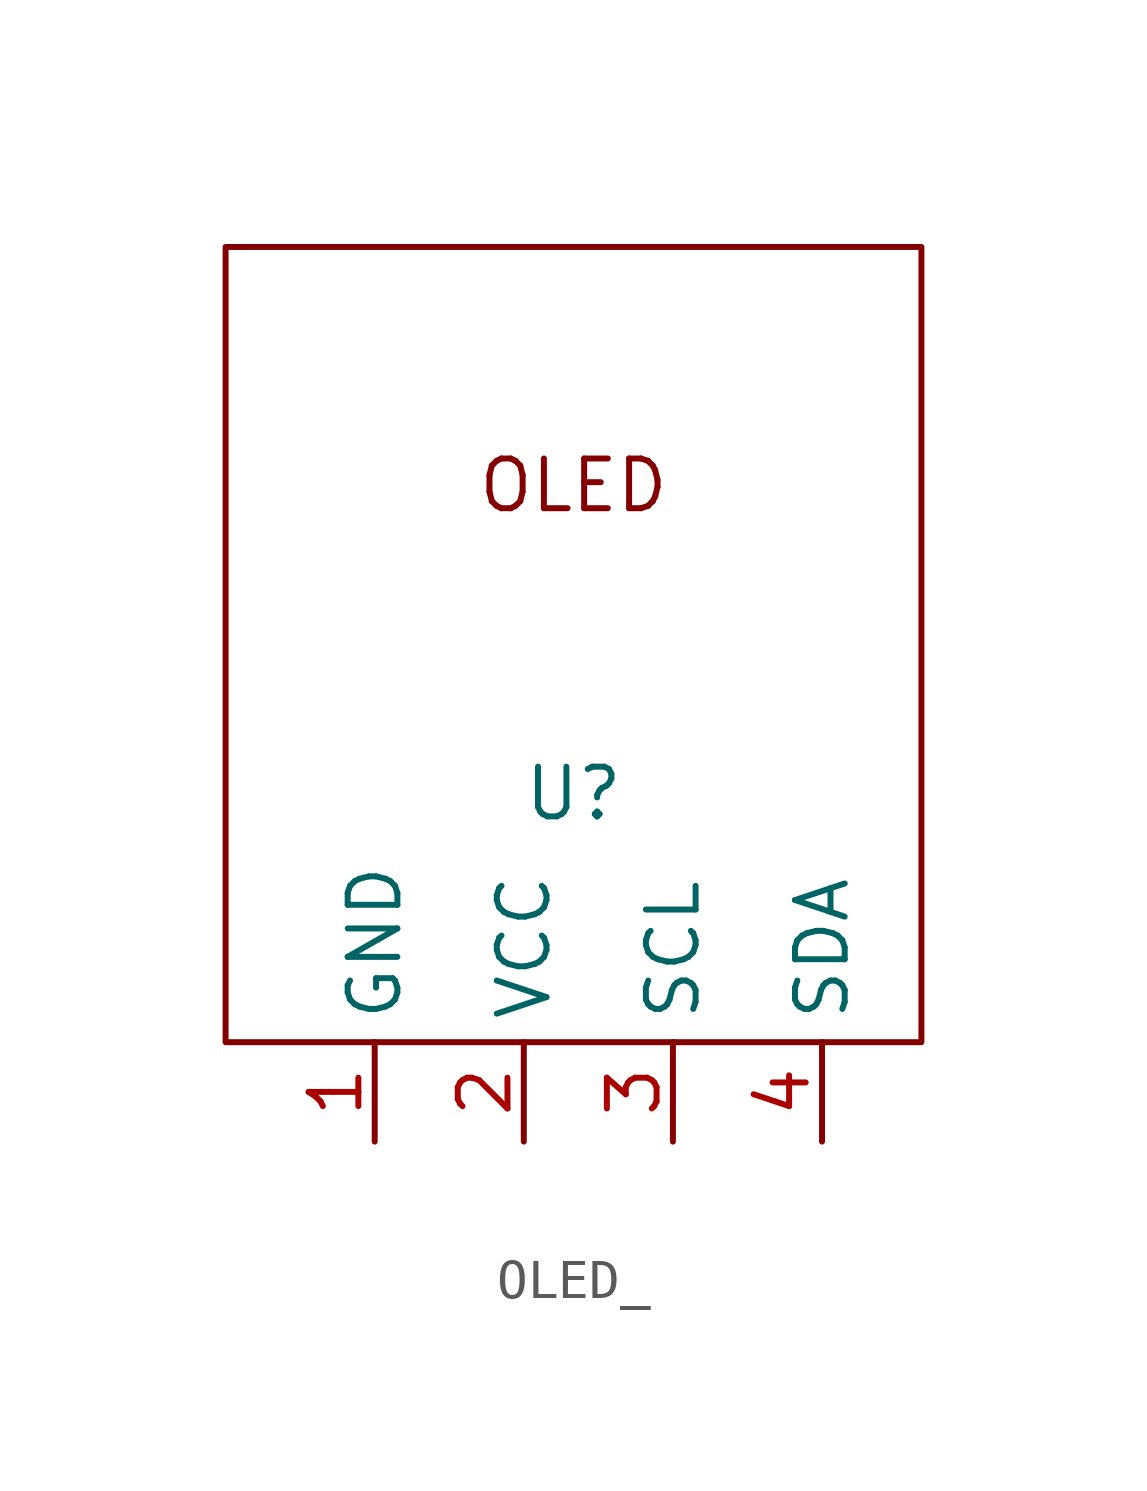
<source format=kicad_sym>
(kicad_symbol_lib
  (version 20241209)
  (generator "kicad_symbol_editor")
  (generator_version "9.0")
  (symbol "OLED_"
    (property "Reference" "U"
      (at 0 0 0)
      (effects (font (size 1.27 1.27))))
    (property "Value" ""
      (at 0 0 0)
      (effects (font (size 1.27 1.27))))
    (symbol "OLED__0_1"
      (rectangle (start -8.89 13.97) (end 8.89 -6.35) (stroke (width 0) (type default)) (fill (type none))))
    (symbol "OLED__1_1"
      (text "OLED" (at 0 7.874 0) (effects (font (size 1.27 1.27))))
      (pin input line (at -5.08 -8.89 90) (length 2.54) (name "GND" (effects (font (size 1.27 1.27)))) (number "1" (effects (font (size 1.27 1.27)))))
      (pin input line (at -1.27 -8.89 90) (length 2.54) (name "VCC" (effects (font (size 1.27 1.27)))) (number "2" (effects (font (size 1.27 1.27)))))
      (pin input line (at 2.54 -8.89 90) (length 2.54) (name "SCL" (effects (font (size 1.27 1.27)))) (number "3" (effects (font (size 1.27 1.27)))))
      (pin input line (at 6.35 -8.89 90) (length 2.54) (name "SDA" (effects (font (size 1.27 1.27)))) (number "4" (effects (font (size 1.27 1.27))))))))
</source>
